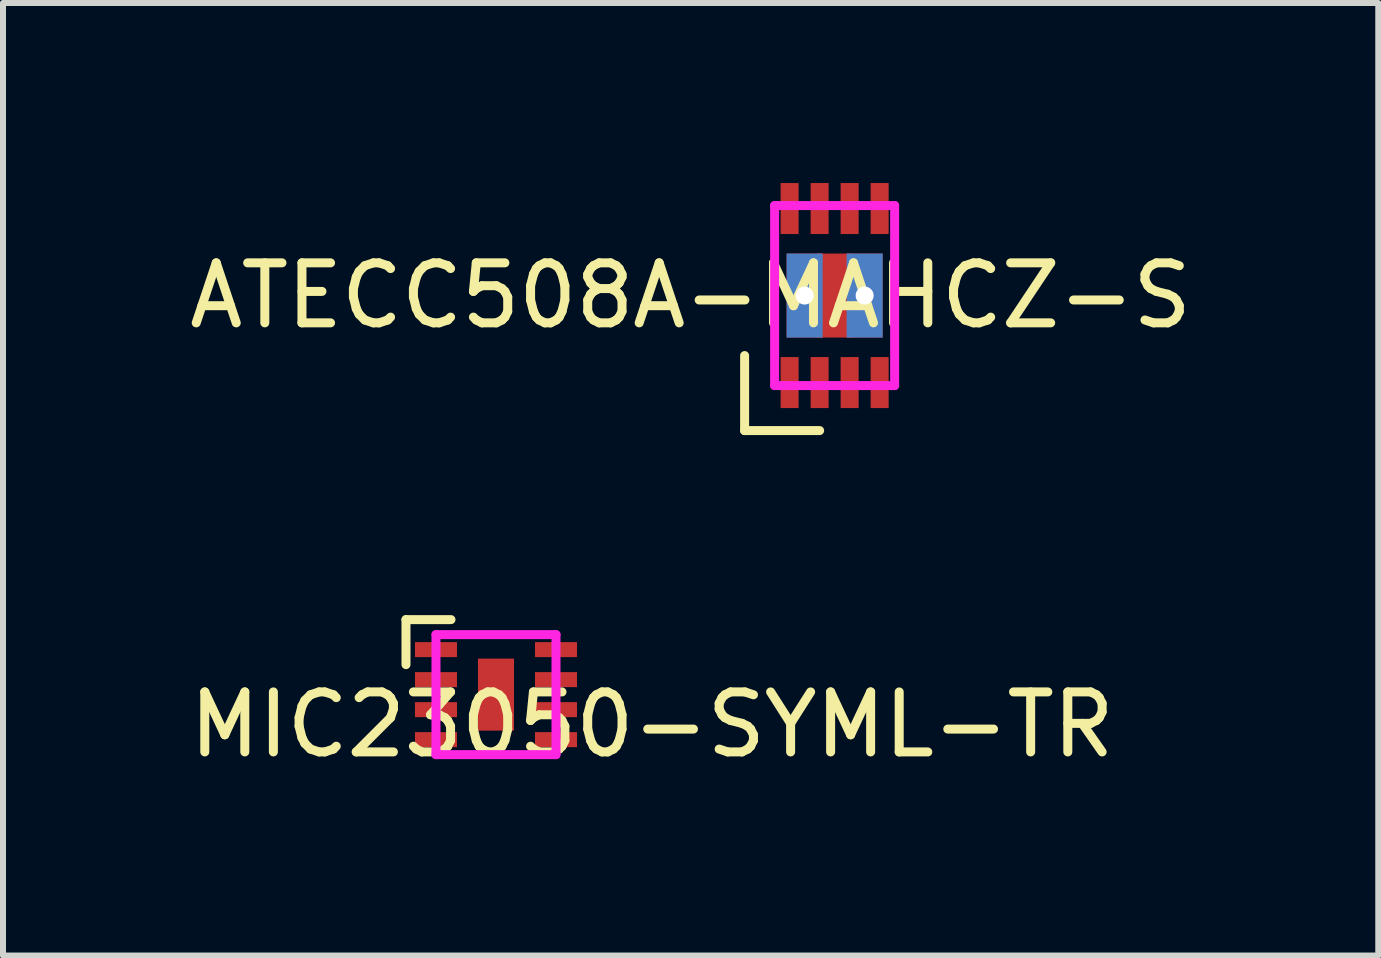
<source format=kicad_pcb>
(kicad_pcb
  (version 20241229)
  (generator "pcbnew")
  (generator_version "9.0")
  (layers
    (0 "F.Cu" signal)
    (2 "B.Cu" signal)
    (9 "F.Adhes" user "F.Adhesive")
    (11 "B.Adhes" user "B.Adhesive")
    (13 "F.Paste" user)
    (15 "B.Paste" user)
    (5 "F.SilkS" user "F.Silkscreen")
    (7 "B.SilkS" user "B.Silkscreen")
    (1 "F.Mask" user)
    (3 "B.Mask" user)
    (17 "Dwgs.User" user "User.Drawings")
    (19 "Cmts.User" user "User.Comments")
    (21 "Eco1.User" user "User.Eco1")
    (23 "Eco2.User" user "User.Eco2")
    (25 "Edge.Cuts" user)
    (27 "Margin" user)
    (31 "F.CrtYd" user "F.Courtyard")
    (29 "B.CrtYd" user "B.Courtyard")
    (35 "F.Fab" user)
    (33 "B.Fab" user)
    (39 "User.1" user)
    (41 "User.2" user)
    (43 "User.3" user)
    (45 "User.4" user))
  (footprint "ATECC508A-MAHCZ-S"
    (layer "F.Cu")
    (at 10.858 1.875)
    (property "Reference" "ATECC508A-MAHCZ-S" (at -2.4 0 0) (layer "F.SilkS") (effects (font (size 1 1) (thickness 0.15))))
    (attr through_hole)
    (fp_line (start -1.5 2.25) (end -1.5 1) (stroke (width 0.15) (type solid)) (layer "F.SilkS"))
    (fp_line (start -0.25 2.25) (end -1.5 2.25) (stroke (width 0.15) (type solid)) (layer "F.SilkS"))
    (fp_line (start -1 -1.5) (end 1 -1.5) (stroke (width 0.15) (type solid)) (layer "F.CrtYd"))
    (fp_line (start -1 1.5) (end -1 -1.5) (stroke (width 0.15) (type solid)) (layer "F.CrtYd"))
    (fp_line (start 1 -1.5) (end 1 1.5) (stroke (width 0.15) (type solid)) (layer "F.CrtYd"))
    (fp_line (start 1 1.5) (end -1 1.5) (stroke (width 0.15) (type solid)) (layer "F.CrtYd"))
    (pad "1" smd rect (at -0.75 1.45) (size 0.3 0.85) (layers "F.Cu" "F.Mask" "F.Paste"))
    (pad "2" smd rect (at -0.25 1.45) (size 0.3 0.85) (layers "F.Cu" "F.Mask" "F.Paste"))
    (pad "3" smd rect (at 0.25 1.45) (size 0.3 0.85) (layers "F.Cu" "F.Mask" "F.Paste"))
    (pad "4" thru_hole rect (at -0.5 0) (size 0.6 1.4) (drill 0.3) (layers "*.Cu" "*.Mask"))
    (pad "4" smd rect (at 0 0) (size 0.6 1.4) (layers "F.Cu" "F.Mask" "F.Paste"))
    (pad "4" thru_hole rect (at 0.5 0) (size 0.6 1.4) (drill 0.3) (layers "*.Cu" "*.Mask"))
    (pad "4" smd rect (at 0.75 1.45) (size 0.3 0.85) (layers "F.Cu" "F.Mask" "F.Paste"))
    (pad "5" smd rect (at 0.75 -1.45) (size 0.3 0.85) (layers "F.Cu" "F.Mask" "F.Paste"))
    (pad "6" smd rect (at 0.25 -1.45) (size 0.3 0.85) (layers "F.Cu" "F.Mask" "F.Paste"))
    (pad "7" smd rect (at -0.25 -1.45) (size 0.3 0.85) (layers "F.Cu" "F.Mask" "F.Paste"))
    (pad "8" smd rect (at -0.75 -1.45) (size 0.3 0.85) (layers "F.Cu" "F.Mask" "F.Paste")))
  (footprint "MIC23050-SYML-TR"
    (layer "F.Cu")
    (at 5.215 8.525)
    (property "Reference" "MIC23050-SYML-TR" (at 2.6 0.5 0) (layer "F.SilkS") (effects (font (size 1 1) (thickness 0.15))))
    (attr through_hole)
    (fp_line (start -1.5 -1.25) (end -0.75 -1.25) (stroke (width 0.15) (type solid)) (layer "F.SilkS"))
    (fp_line (start -1.5 -0.5) (end -1.5 -1.25) (stroke (width 0.15) (type solid)) (layer "F.SilkS"))
    (fp_line (start -1 -1) (end 1 -1) (stroke (width 0.15) (type solid)) (layer "F.CrtYd"))
    (fp_line (start -1 1) (end -1 -1) (stroke (width 0.15) (type solid)) (layer "F.CrtYd"))
    (fp_line (start 1 -1) (end 1 1) (stroke (width 0.15) (type solid)) (layer "F.CrtYd"))
    (fp_line (start 1 1) (end -1 1) (stroke (width 0.15) (type solid)) (layer "F.CrtYd"))
    (pad "1" smd rect (at -1 -0.75) (size 0.7 0.25) (layers "F.Cu" "F.Mask" "F.Paste"))
    (pad "2" smd rect (at -1 -0.25) (size 0.7 0.25) (layers "F.Cu" "F.Mask" "F.Paste"))
    (pad "3" smd rect (at -1 0.25) (size 0.7 0.25) (layers "F.Cu" "F.Mask" "F.Paste"))
    (pad "4" smd rect (at -1 0.75) (size 0.7 0.25) (layers "F.Cu" "F.Mask" "F.Paste"))
    (pad "5" smd rect (at 1 0.75) (size 0.7 0.25) (layers "F.Cu" "F.Mask" "F.Paste"))
    (pad "6" smd rect (at 1 0.25) (size 0.7 0.25) (layers "F.Cu" "F.Mask" "F.Paste"))
    (pad "7" smd rect (at 1 -0.25) (size 0.7 0.25) (layers "F.Cu" "F.Mask" "F.Paste"))
    (pad "8" smd rect (at 0 0) (size 0.6 1.2) (layers "F.Cu" "F.Mask" "F.Paste"))
    (pad "8" smd rect (at 1 -0.75) (size 0.7 0.25) (layers "F.Cu" "F.Mask" "F.Paste")))
  (gr_rect
    (start -3 -3)
    (end 19.917 12.873)
    (stroke (width 0.1) (type default))
    (fill no)
    (layer "Edge.Cuts")))
</source>
